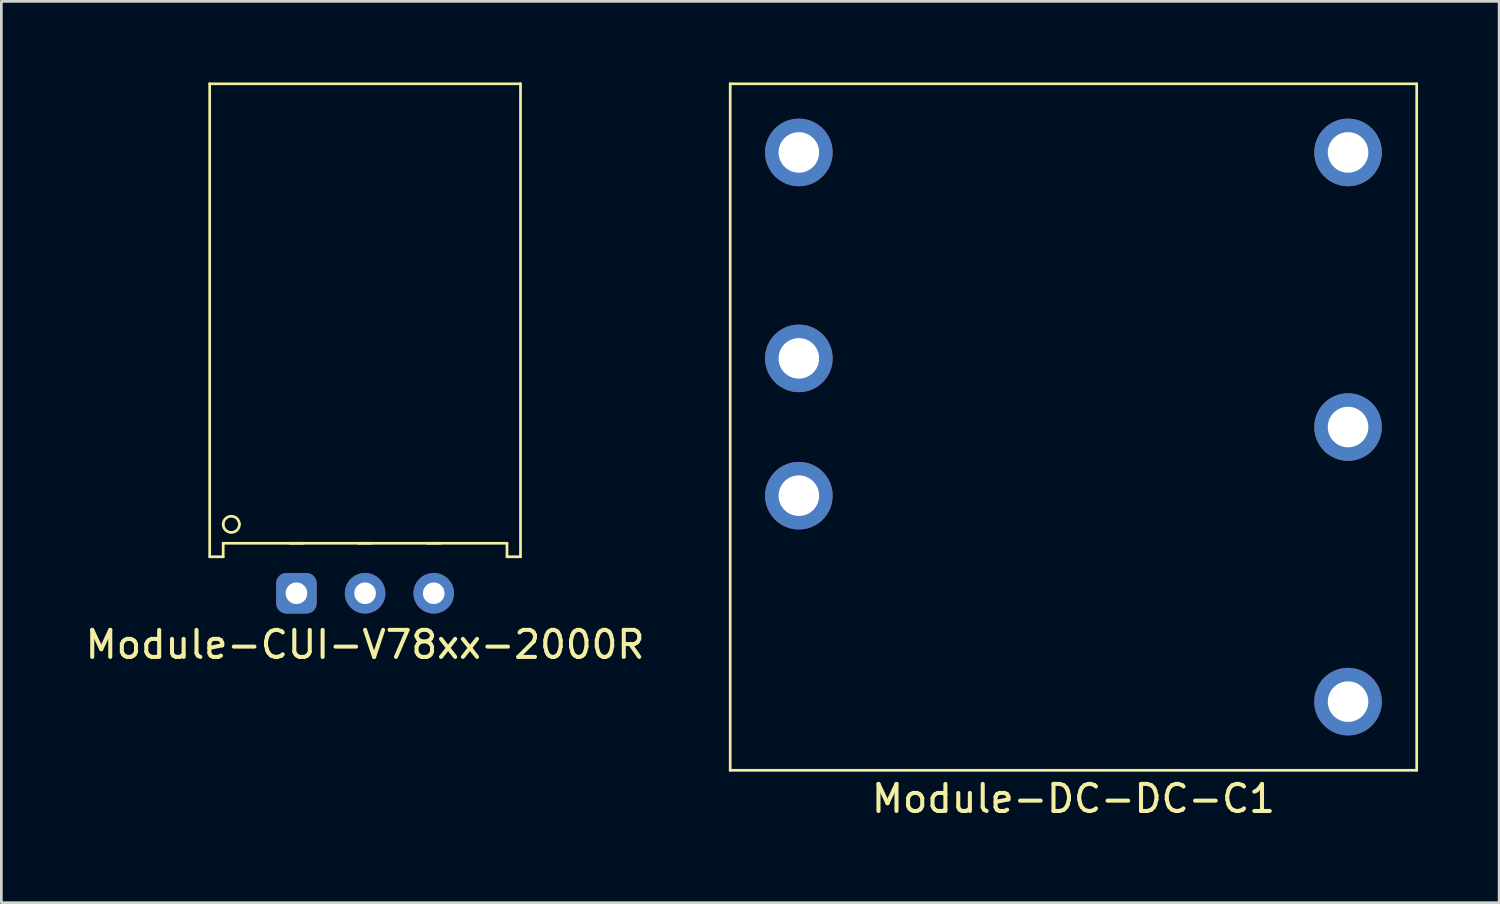
<source format=kicad_pcb>
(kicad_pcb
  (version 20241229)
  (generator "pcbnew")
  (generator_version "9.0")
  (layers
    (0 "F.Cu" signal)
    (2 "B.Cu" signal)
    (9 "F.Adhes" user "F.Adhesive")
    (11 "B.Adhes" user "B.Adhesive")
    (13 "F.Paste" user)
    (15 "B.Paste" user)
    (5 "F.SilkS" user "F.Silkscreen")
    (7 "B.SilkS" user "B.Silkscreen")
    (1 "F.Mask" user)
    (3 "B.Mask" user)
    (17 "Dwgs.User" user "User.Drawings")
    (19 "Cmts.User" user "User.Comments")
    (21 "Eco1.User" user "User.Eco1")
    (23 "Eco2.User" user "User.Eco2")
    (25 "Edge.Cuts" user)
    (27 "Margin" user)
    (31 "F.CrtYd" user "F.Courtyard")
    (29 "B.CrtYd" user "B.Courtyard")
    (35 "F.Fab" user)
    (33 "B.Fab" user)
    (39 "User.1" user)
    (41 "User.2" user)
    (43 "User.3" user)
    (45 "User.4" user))
  (footprint "Module-DC-DC-C1"
    (layer "F.Cu")
    (at 36.667 12.75)
    (property "Reference" "Module-DC-DC-C1" (at 0 13.75 0) (layer "F.SilkS") (effects (font (size 1 1) (thickness 0.15))))
    (attr through_hole)
    (fp_line (start -12.7 -12.7) (end -12.7 12.7) (stroke (width 0.1) (type solid)) (layer "F.SilkS"))
    (fp_line (start -12.7 12.7) (end 12.7 12.7) (stroke (width 0.1) (type solid)) (layer "F.SilkS"))
    (fp_line (start 12.7 -12.7) (end -12.7 -12.7) (stroke (width 0.1) (type solid)) (layer "F.SilkS"))
    (fp_line (start 12.7 12.7) (end 12.7 -12.7) (stroke (width 0.1) (type solid)) (layer "F.SilkS"))
    (pad "GND" thru_hole circle (at 10.16 0) (size 2.5 2.5) (drill 1.5) (layers "*.Cu" "*.Mask"))
    (pad "RC" thru_hole circle (at -10.16 -10.16) (size 2.5 2.5) (drill 1.5) (layers "*.Cu" "*.Mask"))
    (pad "Vin+" thru_hole circle (at -10.16 2.54) (size 2.5 2.5) (drill 1.5) (layers "*.Cu" "*.Mask"))
    (pad "Vin-" thru_hole circle (at -10.16 -2.54) (size 2.5 2.5) (drill 1.5) (layers "*.Cu" "*.Mask"))
    (pad "Vout+" thru_hole circle (at 10.16 10.16) (size 2.5 2.5) (drill 1.5) (layers "*.Cu" "*.Mask"))
    (pad "Vout-" thru_hole circle (at 10.16 -10.16) (size 2.5 2.5) (drill 1.5) (layers "*.Cu" "*.Mask")))
  (footprint "Module-CUI-V78xx-2000R"
    (layer "F.Cu")
    (at 10.458 17.55)
    (property "Reference" "Module-CUI-V78xx-2000R" (at 0 3.25 0) (layer "F.SilkS") (effects (font (size 1 1) (thickness 0.15))))
    (attr through_hole)
    (fp_line (start -5.75 -17.5) (end -5.75 0) (stroke (width 0.1) (type solid)) (layer "F.SilkS"))
    (fp_line (start -5.75 -17.5) (end 5.75 -17.5) (stroke (width 0.1) (type solid)) (layer "F.SilkS"))
    (fp_line (start -5.75 0) (end -5.25 0) (stroke (width 0.1) (type solid)) (layer "F.SilkS"))
    (fp_line (start -5.25 -0.5) (end -5.25 0) (stroke (width 0.1) (type solid)) (layer "F.SilkS"))
    (fp_line (start -2.29 -0.5) (end -2.79 -0.5) (stroke (width 0.1) (type solid)) (layer "F.SilkS"))
    (fp_line (start 0.25 -0.5) (end -0.25 -0.5) (stroke (width 0.1) (type solid)) (layer "F.SilkS"))
    (fp_line (start 2.79 -0.5) (end 2.29 -0.5) (stroke (width 0.1) (type solid)) (layer "F.SilkS"))
    (fp_line (start 5.25 -0.5) (end -5.25 -0.5) (stroke (width 0.1) (type solid)) (layer "F.SilkS"))
    (fp_line (start 5.25 -0.5) (end 5.25 0) (stroke (width 0.1) (type solid)) (layer "F.SilkS"))
    (fp_line (start 5.25 0) (end 5.75 0) (stroke (width 0.1) (type solid)) (layer "F.SilkS"))
    (fp_line (start 5.75 -17.5) (end 5.75 0) (stroke (width 0.1) (type solid)) (layer "F.SilkS"))
    (fp_arc (start -5.25 -1.2) (mid -4.95 -1.5) (end -4.65 -1.2) (stroke (width 0.1) (type solid)) (layer "F.SilkS"))
    (fp_arc (start -4.65 -1.2) (mid -4.95 -0.9) (end -5.25 -1.2) (stroke (width 0.1) (type solid)) (layer "F.SilkS"))
    (pad "GND" thru_hole circle (at 0 1.35) (size 1.5 1.5) (drill 0.8) (layers "*.Cu" "*.Mask"))
    (pad "Vin+" thru_hole roundrect (at -2.54 1.35) (size 1.5 1.5) (drill 0.8) (layers "*.Cu" "*.Mask") (roundrect_rratio 0.25))
    (pad "Vout+" thru_hole circle (at 2.54 1.35) (size 1.5 1.5) (drill 0.8) (layers "*.Cu" "*.Mask")))
  (gr_rect
    (start -3 -3)
    (end 52.417 30.348)
    (stroke (width 0.1) (type default))
    (fill no)
    (layer "Edge.Cuts")))
</source>
